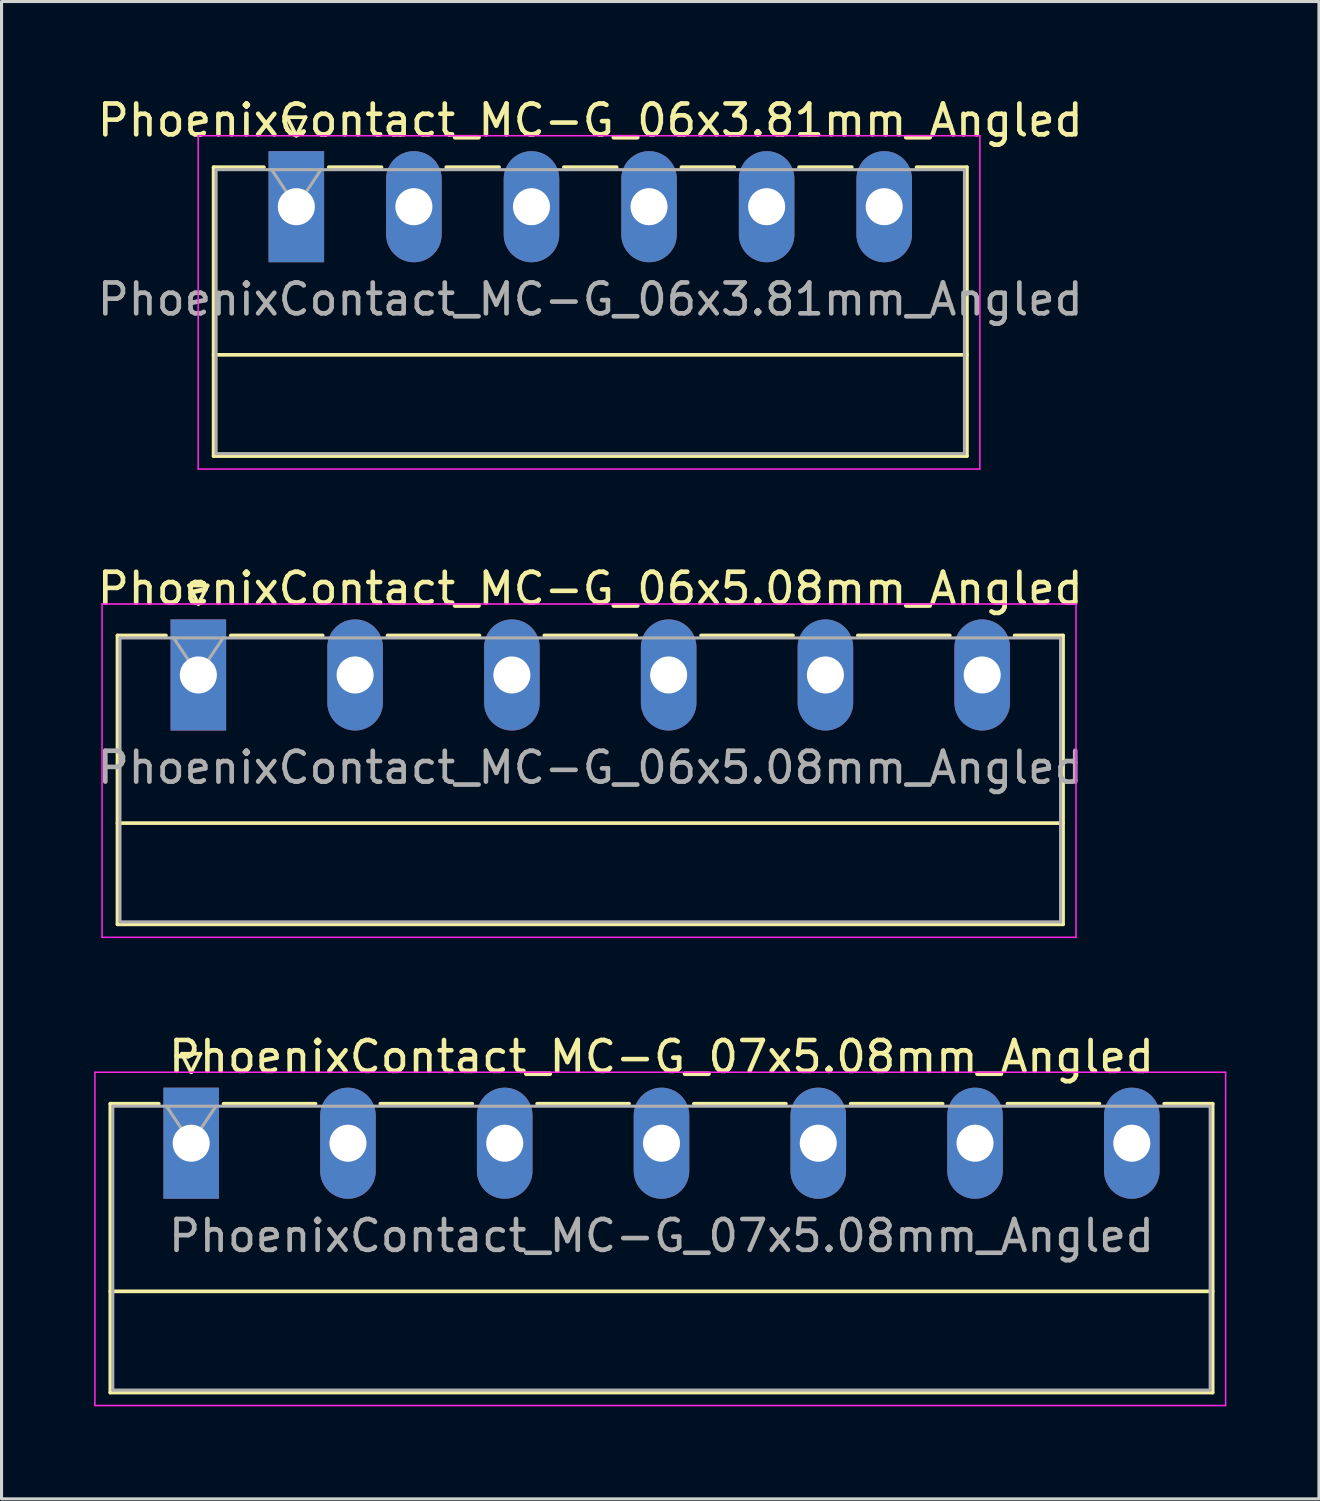
<source format=kicad_pcb>
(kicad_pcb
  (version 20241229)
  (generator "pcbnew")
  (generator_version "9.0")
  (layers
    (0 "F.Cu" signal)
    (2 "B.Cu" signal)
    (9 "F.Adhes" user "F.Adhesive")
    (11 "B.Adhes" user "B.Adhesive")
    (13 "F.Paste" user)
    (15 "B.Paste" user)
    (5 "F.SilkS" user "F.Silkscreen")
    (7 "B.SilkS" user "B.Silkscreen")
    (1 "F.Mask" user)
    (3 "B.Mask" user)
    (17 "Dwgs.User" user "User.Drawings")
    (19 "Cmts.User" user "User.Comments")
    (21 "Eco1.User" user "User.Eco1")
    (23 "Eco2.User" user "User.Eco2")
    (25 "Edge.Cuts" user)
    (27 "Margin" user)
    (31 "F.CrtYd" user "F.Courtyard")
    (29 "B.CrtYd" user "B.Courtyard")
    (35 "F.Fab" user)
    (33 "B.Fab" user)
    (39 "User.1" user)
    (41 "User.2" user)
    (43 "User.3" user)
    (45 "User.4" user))
  (footprint "PhoenixContact_MC-G_06x3.81mm_Angled"
    (layer "F.Cu")
    (at 6.552 3.648)
    (property "Reference" "PhoenixContact_MC-G_06x3.81mm_Angled" (at 9.525 -2.8 0) (layer "F.SilkS") (effects (font (size 1 1) (thickness 0.15))))
    (attr through_hole)
    (fp_line (start -2.68 -1.28) (end -2.68 8.08) (stroke (width 0.12) (type solid)) (layer "F.SilkS"))
    (fp_line (start -2.68 -1.28) (end -1.05 -1.28) (stroke (width 0.12) (type solid)) (layer "F.SilkS"))
    (fp_line (start -2.68 4.8) (end 21.73 4.8) (stroke (width 0.12) (type solid)) (layer "F.SilkS"))
    (fp_line (start -2.68 8.08) (end 21.73 8.08) (stroke (width 0.12) (type solid)) (layer "F.SilkS"))
    (fp_line (start -0.3 -2.9) (end 0.3 -2.9) (stroke (width 0.12) (type solid)) (layer "F.SilkS"))
    (fp_line (start 0 -2.3) (end -0.3 -2.9) (stroke (width 0.12) (type solid)) (layer "F.SilkS"))
    (fp_line (start 0.3 -2.9) (end 0 -2.3) (stroke (width 0.12) (type solid)) (layer "F.SilkS"))
    (fp_line (start 1.05 -1.28) (end 2.76 -1.28) (stroke (width 0.12) (type solid)) (layer "F.SilkS"))
    (fp_line (start 4.86 -1.28) (end 6.57 -1.28) (stroke (width 0.12) (type solid)) (layer "F.SilkS"))
    (fp_line (start 8.67 -1.28) (end 10.38 -1.28) (stroke (width 0.12) (type solid)) (layer "F.SilkS"))
    (fp_line (start 12.48 -1.28) (end 14.19 -1.28) (stroke (width 0.12) (type solid)) (layer "F.SilkS"))
    (fp_line (start 16.29 -1.28) (end 18 -1.28) (stroke (width 0.12) (type solid)) (layer "F.SilkS"))
    (fp_line (start 21.73 -1.28) (end 20.1 -1.28) (stroke (width 0.12) (type solid)) (layer "F.SilkS"))
    (fp_line (start 21.73 8.08) (end 21.73 -1.28) (stroke (width 0.12) (type solid)) (layer "F.SilkS"))
    (fp_line (start -3.18 -2.3) (end -3.18 8.5) (stroke (width 0.05) (type solid)) (layer "F.CrtYd"))
    (fp_line (start -3.18 8.5) (end 22.15 8.5) (stroke (width 0.05) (type solid)) (layer "F.CrtYd"))
    (fp_line (start 22.15 -2.3) (end -3.18 -2.3) (stroke (width 0.05) (type solid)) (layer "F.CrtYd"))
    (fp_line (start 22.15 8.5) (end 22.15 -2.3) (stroke (width 0.05) (type solid)) (layer "F.CrtYd"))
    (fp_line (start -2.6 -1.2) (end -2.6 8) (stroke (width 0.1) (type solid)) (layer "F.Fab"))
    (fp_line (start -2.6 8) (end 21.65 8) (stroke (width 0.1) (type solid)) (layer "F.Fab"))
    (fp_line (start 0 0) (end -0.8 -1.2) (stroke (width 0.1) (type solid)) (layer "F.Fab"))
    (fp_line (start 0.8 -1.2) (end 0 0) (stroke (width 0.1) (type solid)) (layer "F.Fab"))
    (fp_line (start 21.65 -1.2) (end -2.6 -1.2) (stroke (width 0.1) (type solid)) (layer "F.Fab"))
    (fp_line (start 21.65 8) (end 21.65 -1.2) (stroke (width 0.1) (type solid)) (layer "F.Fab"))
    (fp_text user "${REFERENCE}" (at 9.525 3 0) (layer "F.Fab") (effects (font (size 1 1) (thickness 0.15))))
    (pad "1" thru_hole rect (at 0 0) (size 1.8 3.6) (drill 1.2) (layers "*.Cu" "*.Mask"))
    (pad "2" thru_hole oval (at 3.81 0) (size 1.8 3.6) (drill 1.2) (layers "*.Cu" "*.Mask"))
    (pad "3" thru_hole oval (at 7.62 0) (size 1.8 3.6) (drill 1.2) (layers "*.Cu" "*.Mask"))
    (pad "4" thru_hole oval (at 11.43 0) (size 1.8 3.6) (drill 1.2) (layers "*.Cu" "*.Mask"))
    (pad "5" thru_hole oval (at 15.24 0) (size 1.8 3.6) (drill 1.2) (layers "*.Cu" "*.Mask"))
    (pad "6" thru_hole oval (at 19.05 0) (size 1.8 3.6) (drill 1.2) (layers "*.Cu" "*.Mask")))
  (footprint "PhoenixContact_MC-G_06x5.08mm_Angled"
    (layer "F.Cu")
    (at 3.377 18.822)
    (property "Reference" "PhoenixContact_MC-G_06x5.08mm_Angled" (at 12.7 -2.8 0) (layer "F.SilkS") (effects (font (size 1 1) (thickness 0.15))))
    (attr through_hole)
    (fp_line (start -2.62 -1.28) (end -2.62 8.08) (stroke (width 0.12) (type solid)) (layer "F.SilkS"))
    (fp_line (start -2.62 -1.28) (end -1.05 -1.28) (stroke (width 0.12) (type solid)) (layer "F.SilkS"))
    (fp_line (start -2.62 4.8) (end 28.02 4.8) (stroke (width 0.12) (type solid)) (layer "F.SilkS"))
    (fp_line (start -2.62 8.08) (end 28.02 8.08) (stroke (width 0.12) (type solid)) (layer "F.SilkS"))
    (fp_line (start -0.3 -2.9) (end 0.3 -2.9) (stroke (width 0.12) (type solid)) (layer "F.SilkS"))
    (fp_line (start 0 -2.3) (end -0.3 -2.9) (stroke (width 0.12) (type solid)) (layer "F.SilkS"))
    (fp_line (start 0.3 -2.9) (end 0 -2.3) (stroke (width 0.12) (type solid)) (layer "F.SilkS"))
    (fp_line (start 1.05 -1.28) (end 4.03 -1.28) (stroke (width 0.12) (type solid)) (layer "F.SilkS"))
    (fp_line (start 6.13 -1.28) (end 9.11 -1.28) (stroke (width 0.12) (type solid)) (layer "F.SilkS"))
    (fp_line (start 11.21 -1.28) (end 14.19 -1.28) (stroke (width 0.12) (type solid)) (layer "F.SilkS"))
    (fp_line (start 16.29 -1.28) (end 19.27 -1.28) (stroke (width 0.12) (type solid)) (layer "F.SilkS"))
    (fp_line (start 21.37 -1.28) (end 24.35 -1.28) (stroke (width 0.12) (type solid)) (layer "F.SilkS"))
    (fp_line (start 28.02 -1.28) (end 26.45 -1.28) (stroke (width 0.12) (type solid)) (layer "F.SilkS"))
    (fp_line (start 28.02 8.08) (end 28.02 -1.28) (stroke (width 0.12) (type solid)) (layer "F.SilkS"))
    (fp_line (start -3.12 -2.3) (end -3.12 8.5) (stroke (width 0.05) (type solid)) (layer "F.CrtYd"))
    (fp_line (start -3.12 8.5) (end 28.44 8.5) (stroke (width 0.05) (type solid)) (layer "F.CrtYd"))
    (fp_line (start 28.44 -2.3) (end -3.12 -2.3) (stroke (width 0.05) (type solid)) (layer "F.CrtYd"))
    (fp_line (start 28.44 8.5) (end 28.44 -2.3) (stroke (width 0.05) (type solid)) (layer "F.CrtYd"))
    (fp_line (start -2.54 -1.2) (end -2.54 8) (stroke (width 0.1) (type solid)) (layer "F.Fab"))
    (fp_line (start -2.54 8) (end 27.94 8) (stroke (width 0.1) (type solid)) (layer "F.Fab"))
    (fp_line (start 0 0) (end -0.8 -1.2) (stroke (width 0.1) (type solid)) (layer "F.Fab"))
    (fp_line (start 0.8 -1.2) (end 0 0) (stroke (width 0.1) (type solid)) (layer "F.Fab"))
    (fp_line (start 27.94 -1.2) (end -2.54 -1.2) (stroke (width 0.1) (type solid)) (layer "F.Fab"))
    (fp_line (start 27.94 8) (end 27.94 -1.2) (stroke (width 0.1) (type solid)) (layer "F.Fab"))
    (fp_text user "${REFERENCE}" (at 12.7 3 0) (layer "F.Fab") (effects (font (size 1 1) (thickness 0.15))))
    (pad "1" thru_hole rect (at 0 0) (size 1.8 3.6) (drill 1.2) (layers "*.Cu" "*.Mask"))
    (pad "2" thru_hole oval (at 5.08 0) (size 1.8 3.6) (drill 1.2) (layers "*.Cu" "*.Mask"))
    (pad "3" thru_hole oval (at 10.16 0) (size 1.8 3.6) (drill 1.2) (layers "*.Cu" "*.Mask"))
    (pad "4" thru_hole oval (at 15.24 0) (size 1.8 3.6) (drill 1.2) (layers "*.Cu" "*.Mask"))
    (pad "5" thru_hole oval (at 20.32 0) (size 1.8 3.6) (drill 1.2) (layers "*.Cu" "*.Mask"))
    (pad "6" thru_hole oval (at 25.4 0) (size 1.8 3.6) (drill 1.2) (layers "*.Cu" "*.Mask")))
  (footprint "PhoenixContact_MC-G_07x5.08mm_Angled"
    (layer "F.Cu")
    (at 3.145 33.995)
    (property "Reference" "PhoenixContact_MC-G_07x5.08mm_Angled" (at 15.24 -2.8 0) (layer "F.SilkS") (effects (font (size 1 1) (thickness 0.15))))
    (attr through_hole)
    (fp_line (start -2.62 -1.28) (end -2.62 8.08) (stroke (width 0.12) (type solid)) (layer "F.SilkS"))
    (fp_line (start -2.62 -1.28) (end -1.05 -1.28) (stroke (width 0.12) (type solid)) (layer "F.SilkS"))
    (fp_line (start -2.62 4.8) (end 33.1 4.8) (stroke (width 0.12) (type solid)) (layer "F.SilkS"))
    (fp_line (start -2.62 8.08) (end 33.1 8.08) (stroke (width 0.12) (type solid)) (layer "F.SilkS"))
    (fp_line (start -0.3 -2.9) (end 0.3 -2.9) (stroke (width 0.12) (type solid)) (layer "F.SilkS"))
    (fp_line (start 0 -2.3) (end -0.3 -2.9) (stroke (width 0.12) (type solid)) (layer "F.SilkS"))
    (fp_line (start 0.3 -2.9) (end 0 -2.3) (stroke (width 0.12) (type solid)) (layer "F.SilkS"))
    (fp_line (start 1.05 -1.28) (end 4.03 -1.28) (stroke (width 0.12) (type solid)) (layer "F.SilkS"))
    (fp_line (start 6.13 -1.28) (end 9.11 -1.28) (stroke (width 0.12) (type solid)) (layer "F.SilkS"))
    (fp_line (start 11.21 -1.28) (end 14.19 -1.28) (stroke (width 0.12) (type solid)) (layer "F.SilkS"))
    (fp_line (start 16.29 -1.28) (end 19.27 -1.28) (stroke (width 0.12) (type solid)) (layer "F.SilkS"))
    (fp_line (start 21.37 -1.28) (end 24.35 -1.28) (stroke (width 0.12) (type solid)) (layer "F.SilkS"))
    (fp_line (start 26.45 -1.28) (end 29.43 -1.28) (stroke (width 0.12) (type solid)) (layer "F.SilkS"))
    (fp_line (start 33.1 -1.28) (end 31.53 -1.28) (stroke (width 0.12) (type solid)) (layer "F.SilkS"))
    (fp_line (start 33.1 8.08) (end 33.1 -1.28) (stroke (width 0.12) (type solid)) (layer "F.SilkS"))
    (fp_line (start -3.12 -2.3) (end -3.12 8.5) (stroke (width 0.05) (type solid)) (layer "F.CrtYd"))
    (fp_line (start -3.12 8.5) (end 33.52 8.5) (stroke (width 0.05) (type solid)) (layer "F.CrtYd"))
    (fp_line (start 33.52 -2.3) (end -3.12 -2.3) (stroke (width 0.05) (type solid)) (layer "F.CrtYd"))
    (fp_line (start 33.52 8.5) (end 33.52 -2.3) (stroke (width 0.05) (type solid)) (layer "F.CrtYd"))
    (fp_line (start -2.54 -1.2) (end -2.54 8) (stroke (width 0.1) (type solid)) (layer "F.Fab"))
    (fp_line (start -2.54 8) (end 33.02 8) (stroke (width 0.1) (type solid)) (layer "F.Fab"))
    (fp_line (start 0 0) (end -0.8 -1.2) (stroke (width 0.1) (type solid)) (layer "F.Fab"))
    (fp_line (start 0.8 -1.2) (end 0 0) (stroke (width 0.1) (type solid)) (layer "F.Fab"))
    (fp_line (start 33.02 -1.2) (end -2.54 -1.2) (stroke (width 0.1) (type solid)) (layer "F.Fab"))
    (fp_line (start 33.02 8) (end 33.02 -1.2) (stroke (width 0.1) (type solid)) (layer "F.Fab"))
    (fp_text user "${REFERENCE}" (at 15.24 3 0) (layer "F.Fab") (effects (font (size 1 1) (thickness 0.15))))
    (pad "1" thru_hole rect (at 0 0) (size 1.8 3.6) (drill 1.2) (layers "*.Cu" "*.Mask"))
    (pad "2" thru_hole oval (at 5.08 0) (size 1.8 3.6) (drill 1.2) (layers "*.Cu" "*.Mask"))
    (pad "3" thru_hole oval (at 10.16 0) (size 1.8 3.6) (drill 1.2) (layers "*.Cu" "*.Mask"))
    (pad "4" thru_hole oval (at 15.24 0) (size 1.8 3.6) (drill 1.2) (layers "*.Cu" "*.Mask"))
    (pad "5" thru_hole oval (at 20.32 0) (size 1.8 3.6) (drill 1.2) (layers "*.Cu" "*.Mask"))
    (pad "6" thru_hole oval (at 25.4 0) (size 1.8 3.6) (drill 1.2) (layers "*.Cu" "*.Mask"))
    (pad "7" thru_hole oval (at 30.48 0) (size 1.8 3.6) (drill 1.2) (layers "*.Cu" "*.Mask")))
  (gr_rect
    (start -3 -3)
    (end 39.69 45.52)
    (stroke (width 0.1) (type default))
    (fill no)
    (layer "Edge.Cuts")))
</source>
